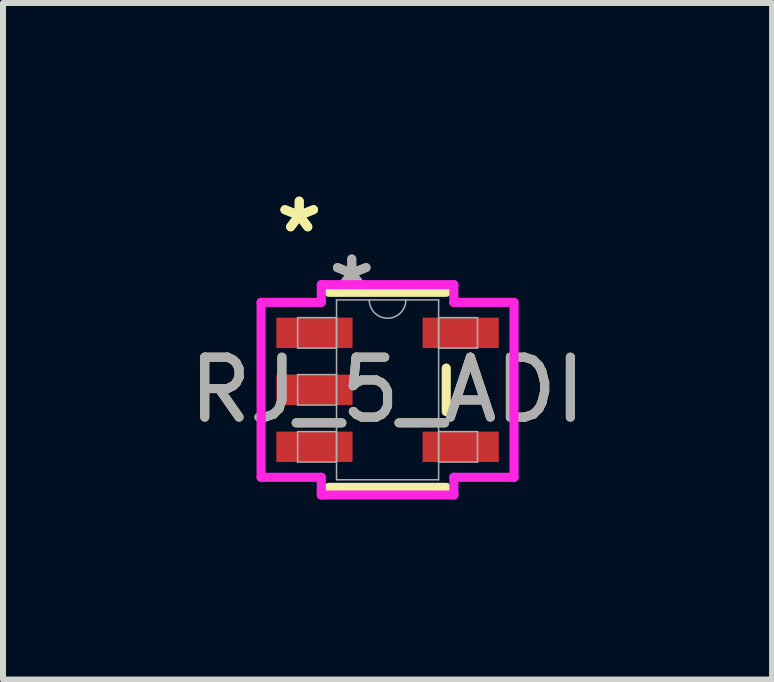
<source format=kicad_pcb>
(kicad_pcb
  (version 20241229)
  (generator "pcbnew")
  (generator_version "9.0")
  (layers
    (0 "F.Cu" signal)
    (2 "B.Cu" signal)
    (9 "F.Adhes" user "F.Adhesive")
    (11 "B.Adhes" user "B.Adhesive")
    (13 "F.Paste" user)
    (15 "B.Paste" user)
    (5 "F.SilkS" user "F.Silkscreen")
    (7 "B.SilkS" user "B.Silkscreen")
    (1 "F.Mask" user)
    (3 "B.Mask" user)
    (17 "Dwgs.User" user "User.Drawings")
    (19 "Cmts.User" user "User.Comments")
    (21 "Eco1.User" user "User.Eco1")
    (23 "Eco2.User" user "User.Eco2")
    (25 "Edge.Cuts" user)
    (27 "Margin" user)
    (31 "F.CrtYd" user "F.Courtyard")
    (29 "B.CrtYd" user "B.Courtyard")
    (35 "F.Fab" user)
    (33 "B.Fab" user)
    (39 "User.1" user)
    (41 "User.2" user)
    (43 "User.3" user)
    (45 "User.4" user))
  (footprint "RJ_5_ADI"
    (layer "F.Cu")
    (at 3.411 3.449)
    (property "Reference" "RJ_5_ADI" (at 0 0 0) (unlocked yes) (layer "F.SilkS") (effects (font (size 1 1) (thickness 0.15))))
    (attr smd)
    (fp_line (start -0.978 1.626) (end 0.978 1.626) (stroke (width 0.152) (type solid)) (layer "F.SilkS"))
    (fp_line (start 0.978 -1.626) (end -0.978 -1.626) (stroke (width 0.152) (type solid)) (layer "F.SilkS"))
    (fp_line (start 0.978 0.363) (end 0.978 -0.363) (stroke (width 0.152) (type solid)) (layer "F.SilkS"))
    (fp_line (start -2.108 -1.458) (end -1.105 -1.458) (stroke (width 0.152) (type solid)) (layer "F.CrtYd"))
    (fp_line (start -2.108 1.458) (end -2.108 -1.458) (stroke (width 0.152) (type solid)) (layer "F.CrtYd"))
    (fp_line (start -1.105 -1.753) (end 1.105 -1.753) (stroke (width 0.152) (type solid)) (layer "F.CrtYd"))
    (fp_line (start -1.105 -1.458) (end -1.105 -1.753) (stroke (width 0.152) (type solid)) (layer "F.CrtYd"))
    (fp_line (start -1.105 1.458) (end -2.108 1.458) (stroke (width 0.152) (type solid)) (layer "F.CrtYd"))
    (fp_line (start -1.105 1.753) (end -1.105 1.458) (stroke (width 0.152) (type solid)) (layer "F.CrtYd"))
    (fp_line (start 1.105 -1.753) (end 1.105 -1.458) (stroke (width 0.152) (type solid)) (layer "F.CrtYd"))
    (fp_line (start 1.105 -1.458) (end 2.108 -1.458) (stroke (width 0.152) (type solid)) (layer "F.CrtYd"))
    (fp_line (start 1.105 1.458) (end 1.105 1.753) (stroke (width 0.152) (type solid)) (layer "F.CrtYd"))
    (fp_line (start 1.105 1.753) (end -1.105 1.753) (stroke (width 0.152) (type solid)) (layer "F.CrtYd"))
    (fp_line (start 2.108 -1.458) (end 2.108 1.458) (stroke (width 0.152) (type solid)) (layer "F.CrtYd"))
    (fp_line (start 2.108 1.458) (end 1.105 1.458) (stroke (width 0.152) (type solid)) (layer "F.CrtYd"))
    (fp_line (start -1.499 -1.204) (end -1.499 -0.696) (stroke (width 0.025) (type solid)) (layer "F.Fab"))
    (fp_line (start -1.499 -0.696) (end -0.851 -0.696) (stroke (width 0.025) (type solid)) (layer "F.Fab"))
    (fp_line (start -1.499 -0.254) (end -1.499 0.254) (stroke (width 0.025) (type solid)) (layer "F.Fab"))
    (fp_line (start -1.499 0.254) (end -0.851 0.254) (stroke (width 0.025) (type solid)) (layer "F.Fab"))
    (fp_line (start -1.499 0.696) (end -1.499 1.204) (stroke (width 0.025) (type solid)) (layer "F.Fab"))
    (fp_line (start -1.499 1.204) (end -0.851 1.204) (stroke (width 0.025) (type solid)) (layer "F.Fab"))
    (fp_line (start -0.851 -1.499) (end -0.851 1.499) (stroke (width 0.025) (type solid)) (layer "F.Fab"))
    (fp_line (start -0.851 -1.204) (end -1.499 -1.204) (stroke (width 0.025) (type solid)) (layer "F.Fab"))
    (fp_line (start -0.851 -0.696) (end -0.851 -1.204) (stroke (width 0.025) (type solid)) (layer "F.Fab"))
    (fp_line (start -0.851 -0.254) (end -1.499 -0.254) (stroke (width 0.025) (type solid)) (layer "F.Fab"))
    (fp_line (start -0.851 0.254) (end -0.851 -0.254) (stroke (width 0.025) (type solid)) (layer "F.Fab"))
    (fp_line (start -0.851 0.696) (end -1.499 0.696) (stroke (width 0.025) (type solid)) (layer "F.Fab"))
    (fp_line (start -0.851 1.204) (end -0.851 0.696) (stroke (width 0.025) (type solid)) (layer "F.Fab"))
    (fp_line (start -0.851 1.499) (end 0.851 1.499) (stroke (width 0.025) (type solid)) (layer "F.Fab"))
    (fp_line (start 0.851 -1.499) (end -0.851 -1.499) (stroke (width 0.025) (type solid)) (layer "F.Fab"))
    (fp_line (start 0.851 -1.204) (end 0.851 -0.696) (stroke (width 0.025) (type solid)) (layer "F.Fab"))
    (fp_line (start 0.851 -0.696) (end 1.499 -0.696) (stroke (width 0.025) (type solid)) (layer "F.Fab"))
    (fp_line (start 0.851 0.696) (end 0.851 1.204) (stroke (width 0.025) (type solid)) (layer "F.Fab"))
    (fp_line (start 0.851 1.204) (end 1.499 1.204) (stroke (width 0.025) (type solid)) (layer "F.Fab"))
    (fp_line (start 0.851 1.499) (end 0.851 -1.499) (stroke (width 0.025) (type solid)) (layer "F.Fab"))
    (fp_line (start 1.499 -1.204) (end 0.851 -1.204) (stroke (width 0.025) (type solid)) (layer "F.Fab"))
    (fp_line (start 1.499 -0.696) (end 1.499 -1.204) (stroke (width 0.025) (type solid)) (layer "F.Fab"))
    (fp_line (start 1.499 0.696) (end 0.851 0.696) (stroke (width 0.025) (type solid)) (layer "F.Fab"))
    (fp_line (start 1.499 1.204) (end 1.499 0.696) (stroke (width 0.025) (type solid)) (layer "F.Fab"))
    (fp_arc (start 0.3048 -1.4986) (mid 0 -1.1938) (end -0.3048 -1.4986) (stroke (width 0.0254) (type solid)) (layer "F.Fab"))
    (fp_text user "*" (at -1.473 -2.601 0) (layer "F.SilkS") (effects (font (size 1 1) (thickness 0.15))))
    (fp_text user "*" (at -1.473 -2.601 0) (unlocked yes) (layer "F.SilkS") (effects (font (size 1 1) (thickness 0.15))))
    (fp_text user "*" (at -0.597 -1.636 0) (unlocked yes) (layer "F.Fab") (effects (font (size 1 1) (thickness 0.15))))
    (fp_text user "*" (at -0.597 -1.636 0) (layer "F.Fab") (effects (font (size 1 1) (thickness 0.15))))
    (fp_text user "${REFERENCE}" (at 0 0 0) (unlocked yes) (layer "F.Fab") (effects (font (size 1 1) (thickness 0.15))))
    (pad "1" smd rect (at -1.219 -0.95) (size 1.27 0.508) (layers "F.Cu" "F.Mask" "F.Paste"))
    (pad "2" smd rect (at -1.219 0) (size 1.27 0.508) (layers "F.Cu" "F.Mask" "F.Paste"))
    (pad "3" smd rect (at -1.219 0.95) (size 1.27 0.508) (layers "F.Cu" "F.Mask" "F.Paste"))
    (pad "4" smd rect (at 1.219 0.95) (size 1.27 0.508) (layers "F.Cu" "F.Mask" "F.Paste"))
    (pad "5" smd rect (at 1.219 -0.95) (size 1.27 0.508) (layers "F.Cu" "F.Mask" "F.Paste")))
  (gr_rect
    (start -3 -3)
    (end 9.821 8.278)
    (stroke (width 0.1) (type default))
    (fill no)
    (layer "Edge.Cuts")))
</source>
